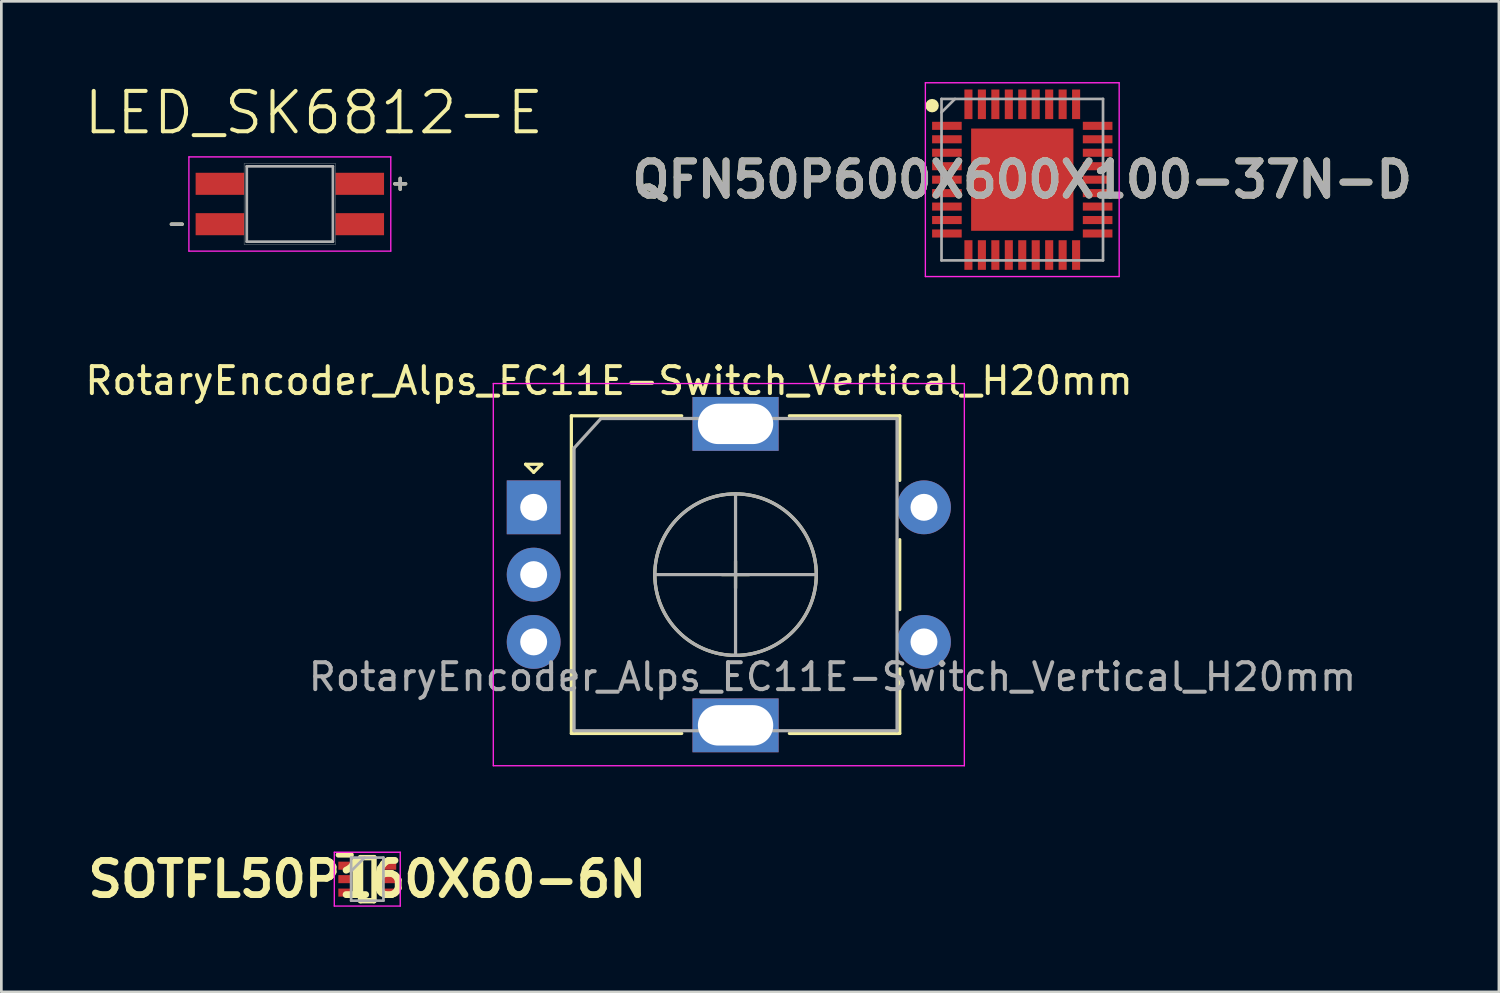
<source format=kicad_pcb>
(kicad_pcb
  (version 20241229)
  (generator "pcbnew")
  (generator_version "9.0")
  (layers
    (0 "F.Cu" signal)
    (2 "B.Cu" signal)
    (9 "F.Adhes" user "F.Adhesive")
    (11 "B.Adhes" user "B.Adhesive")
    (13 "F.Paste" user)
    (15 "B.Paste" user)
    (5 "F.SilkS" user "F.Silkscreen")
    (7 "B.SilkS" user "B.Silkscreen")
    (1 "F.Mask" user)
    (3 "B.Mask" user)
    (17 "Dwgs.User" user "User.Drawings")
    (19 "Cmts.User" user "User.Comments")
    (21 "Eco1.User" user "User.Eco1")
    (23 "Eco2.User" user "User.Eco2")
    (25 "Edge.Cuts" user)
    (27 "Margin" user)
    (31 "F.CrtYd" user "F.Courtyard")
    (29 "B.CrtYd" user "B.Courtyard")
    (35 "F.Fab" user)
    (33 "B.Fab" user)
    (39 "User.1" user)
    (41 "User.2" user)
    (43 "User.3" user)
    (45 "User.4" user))
  (footprint "LED_SK6812-E"
    (layer "F.Cu")
    (at 7.718 4.529)
    (property "Reference" "LED_SK6812-E" (at 0.892 -3.388 0) (layer "F.SilkS") (effects (font (size 1.5 1.5) (thickness 0.15))))
    (attr smd)
    (fp_line (start -4 0.75) (end -4.4 0.75) (stroke (width 0.127) (type solid)) (layer "F.SilkS"))
    (fp_line (start 3.9 -0.75) (end 4.3 -0.75) (stroke (width 0.127) (type solid)) (layer "F.SilkS"))
    (fp_line (start 4.1 -0.95) (end 4.1 -0.55) (stroke (width 0.127) (type solid)) (layer "F.SilkS"))
    (fp_line (start -1.7 -1.5) (end 1.7 -1.5) (stroke (width 0.01) (type solid)) (layer "Edge.Cuts"))
    (fp_line (start -1.7 1.5) (end -1.7 -1.5) (stroke (width 0.01) (type solid)) (layer "Edge.Cuts"))
    (fp_line (start 1.7 -1.5) (end 1.7 1.5) (stroke (width 0.01) (type solid)) (layer "Edge.Cuts"))
    (fp_line (start 1.7 1.5) (end -1.7 1.5) (stroke (width 0.01) (type solid)) (layer "Edge.Cuts"))
    (fp_line (start -3.75 -1.75) (end -3.75 1.75) (stroke (width 0.05) (type solid)) (layer "F.CrtYd"))
    (fp_line (start -3.75 1.75) (end 3.75 1.75) (stroke (width 0.05) (type solid)) (layer "F.CrtYd"))
    (fp_line (start 3.75 -1.75) (end -3.75 -1.75) (stroke (width 0.05) (type solid)) (layer "F.CrtYd"))
    (fp_line (start 3.75 1.75) (end 3.75 -1.75) (stroke (width 0.05) (type solid)) (layer "F.CrtYd"))
    (fp_line (start -4 0.75) (end -4.4 0.75) (stroke (width 0.127) (type solid)) (layer "F.Fab"))
    (fp_line (start -1.6 -1.4) (end -1.6 1.4) (stroke (width 0.1) (type solid)) (layer "F.Fab"))
    (fp_line (start -1.6 1.4) (end 1.6 1.4) (stroke (width 0.1) (type solid)) (layer "F.Fab"))
    (fp_line (start 1.6 -1.4) (end -1.6 -1.4) (stroke (width 0.1) (type solid)) (layer "F.Fab"))
    (fp_line (start 1.6 1.4) (end 1.6 -1.4) (stroke (width 0.1) (type solid)) (layer "F.Fab"))
    (fp_line (start 3.9 -0.75) (end 4.3 -0.75) (stroke (width 0.127) (type solid)) (layer "F.Fab"))
    (fp_line (start 4.1 -0.95) (end 4.1 -0.55) (stroke (width 0.127) (type solid)) (layer "F.Fab"))
    (pad "1" smd rect (at 2.6 -0.75) (size 1.8 0.82) (layers "F.Cu" "F.Mask" "F.Paste"))
    (pad "2" smd rect (at 2.6 0.75) (size 1.8 0.82) (layers "F.Cu" "F.Mask" "F.Paste"))
    (pad "3" smd rect (at -2.6 0.75) (size 1.8 0.82) (layers "F.Cu" "F.Mask" "F.Paste"))
    (pad "4" smd rect (at -2.6 -0.75) (size 1.8 0.82) (layers "F.Cu" "F.Mask" "F.Paste")))
  (footprint "QFN50P600X600X100-37N-D"
    (layer "F.Cu")
    (at 34.929 3.625)
    (property "Reference" "QFN50P600X600X100-37N-D" (at 0 0 0) (layer "F.SilkS") (effects (font (size 1.27 1.27) (thickness 0.254))))
    (attr smd)
    (fp_circle (center -3.35 -2.75) (end -3.35 -2.625) (stroke (width 0.25) (type solid)) (fill no) (layer "F.SilkS"))
    (fp_line (start -3.6 -3.6) (end 3.6 -3.6) (stroke (width 0.05) (type solid)) (layer "F.CrtYd"))
    (fp_line (start -3.6 3.6) (end -3.6 -3.6) (stroke (width 0.05) (type solid)) (layer "F.CrtYd"))
    (fp_line (start 3.6 -3.6) (end 3.6 3.6) (stroke (width 0.05) (type solid)) (layer "F.CrtYd"))
    (fp_line (start 3.6 3.6) (end -3.6 3.6) (stroke (width 0.05) (type solid)) (layer "F.CrtYd"))
    (fp_line (start -3 -3) (end 3 -3) (stroke (width 0.1) (type solid)) (layer "F.Fab"))
    (fp_line (start -3 -2.5) (end -2.5 -3) (stroke (width 0.1) (type solid)) (layer "F.Fab"))
    (fp_line (start -3 3) (end -3 -3) (stroke (width 0.1) (type solid)) (layer "F.Fab"))
    (fp_line (start 3 -3) (end 3 3) (stroke (width 0.1) (type solid)) (layer "F.Fab"))
    (fp_line (start 3 3) (end -3 3) (stroke (width 0.1) (type solid)) (layer "F.Fab"))
    (fp_text user "${REFERENCE}" (at 0 0 0) (layer "F.Fab") (effects (font (size 1.27 1.27) (thickness 0.254))))
    (pad "1" smd rect (at -2.8 -2 90) (size 0.3 1.1) (layers "F.Cu" "F.Mask" "F.Paste"))
    (pad "2" smd rect (at -2.8 -1.5 90) (size 0.3 1.1) (layers "F.Cu" "F.Mask" "F.Paste"))
    (pad "3" smd rect (at -2.8 -1 90) (size 0.3 1.1) (layers "F.Cu" "F.Mask" "F.Paste"))
    (pad "4" smd rect (at -2.8 -0.5 90) (size 0.3 1.1) (layers "F.Cu" "F.Mask" "F.Paste"))
    (pad "5" smd rect (at -2.8 0 90) (size 0.3 1.1) (layers "F.Cu" "F.Mask" "F.Paste"))
    (pad "6" smd rect (at -2.8 0.5 90) (size 0.3 1.1) (layers "F.Cu" "F.Mask" "F.Paste"))
    (pad "7" smd rect (at -2.8 1 90) (size 0.3 1.1) (layers "F.Cu" "F.Mask" "F.Paste"))
    (pad "8" smd rect (at -2.8 1.5 90) (size 0.3 1.1) (layers "F.Cu" "F.Mask" "F.Paste"))
    (pad "9" smd rect (at -2.8 2 90) (size 0.3 1.1) (layers "F.Cu" "F.Mask" "F.Paste"))
    (pad "10" smd rect (at -2 2.8) (size 0.3 1.1) (layers "F.Cu" "F.Mask" "F.Paste"))
    (pad "11" smd rect (at -1.5 2.8) (size 0.3 1.1) (layers "F.Cu" "F.Mask" "F.Paste"))
    (pad "12" smd rect (at -1 2.8) (size 0.3 1.1) (layers "F.Cu" "F.Mask" "F.Paste"))
    (pad "13" smd rect (at -0.5 2.8) (size 0.3 1.1) (layers "F.Cu" "F.Mask" "F.Paste"))
    (pad "14" smd rect (at 0 2.8) (size 0.3 1.1) (layers "F.Cu" "F.Mask" "F.Paste"))
    (pad "15" smd rect (at 0.5 2.8) (size 0.3 1.1) (layers "F.Cu" "F.Mask" "F.Paste"))
    (pad "16" smd rect (at 1 2.8) (size 0.3 1.1) (layers "F.Cu" "F.Mask" "F.Paste"))
    (pad "17" smd rect (at 1.5 2.8) (size 0.3 1.1) (layers "F.Cu" "F.Mask" "F.Paste"))
    (pad "18" smd rect (at 2 2.8) (size 0.3 1.1) (layers "F.Cu" "F.Mask" "F.Paste"))
    (pad "19" smd rect (at 2.8 2 90) (size 0.3 1.1) (layers "F.Cu" "F.Mask" "F.Paste"))
    (pad "20" smd rect (at 2.8 1.5 90) (size 0.3 1.1) (layers "F.Cu" "F.Mask" "F.Paste"))
    (pad "21" smd rect (at 2.8 1 90) (size 0.3 1.1) (layers "F.Cu" "F.Mask" "F.Paste"))
    (pad "22" smd rect (at 2.8 0.5 90) (size 0.3 1.1) (layers "F.Cu" "F.Mask" "F.Paste"))
    (pad "23" smd rect (at 2.8 0 90) (size 0.3 1.1) (layers "F.Cu" "F.Mask" "F.Paste"))
    (pad "24" smd rect (at 2.8 -0.5 90) (size 0.3 1.1) (layers "F.Cu" "F.Mask" "F.Paste"))
    (pad "25" smd rect (at 2.8 -1 90) (size 0.3 1.1) (layers "F.Cu" "F.Mask" "F.Paste"))
    (pad "26" smd rect (at 2.8 -1.5 90) (size 0.3 1.1) (layers "F.Cu" "F.Mask" "F.Paste"))
    (pad "27" smd rect (at 2.8 -2 90) (size 0.3 1.1) (layers "F.Cu" "F.Mask" "F.Paste"))
    (pad "28" smd rect (at 2 -2.8) (size 0.3 1.1) (layers "F.Cu" "F.Mask" "F.Paste"))
    (pad "29" smd rect (at 1.5 -2.8) (size 0.3 1.1) (layers "F.Cu" "F.Mask" "F.Paste"))
    (pad "30" smd rect (at 1 -2.8) (size 0.3 1.1) (layers "F.Cu" "F.Mask" "F.Paste"))
    (pad "31" smd rect (at 0.5 -2.8) (size 0.3 1.1) (layers "F.Cu" "F.Mask" "F.Paste"))
    (pad "32" smd rect (at 0 -2.8) (size 0.3 1.1) (layers "F.Cu" "F.Mask" "F.Paste"))
    (pad "33" smd rect (at -0.5 -2.8) (size 0.3 1.1) (layers "F.Cu" "F.Mask" "F.Paste"))
    (pad "34" smd rect (at -1 -2.8) (size 0.3 1.1) (layers "F.Cu" "F.Mask" "F.Paste"))
    (pad "35" smd rect (at -1.5 -2.8) (size 0.3 1.1) (layers "F.Cu" "F.Mask" "F.Paste"))
    (pad "36" smd rect (at -2 -2.8) (size 0.3 1.1) (layers "F.Cu" "F.Mask" "F.Paste"))
    (pad "37" smd rect (at 0 0) (size 3.8 3.8) (layers "F.Cu" "F.Mask" "F.Paste")))
  (footprint "RotaryEncoder_Alps_EC11E-Switch_Vertical_H20mm"
    (layer "F.Cu")
    (at 16.777 15.798)
    (property "Reference" "RotaryEncoder_Alps_EC11E-Switch_Vertical_H20mm" (at 2.8 -4.7 0) (layer "F.SilkS") (effects (font (size 1 1) (thickness 0.15))))
    (attr through_hole)
    (fp_line (start -0.3 -1.6) (end 0.3 -1.6) (stroke (width 0.12) (type solid)) (layer "F.SilkS"))
    (fp_line (start 0 -1.3) (end -0.3 -1.6) (stroke (width 0.12) (type solid)) (layer "F.SilkS"))
    (fp_line (start 0.3 -1.6) (end 0 -1.3) (stroke (width 0.12) (type solid)) (layer "F.SilkS"))
    (fp_line (start 1.4 -3.4) (end 1.4 8.4) (stroke (width 0.12) (type solid)) (layer "F.SilkS"))
    (fp_line (start 5.5 -3.4) (end 1.4 -3.4) (stroke (width 0.12) (type solid)) (layer "F.SilkS"))
    (fp_line (start 5.5 8.4) (end 1.4 8.4) (stroke (width 0.12) (type solid)) (layer "F.SilkS"))
    (fp_line (start 7 2.5) (end 8 2.5) (stroke (width 0.12) (type solid)) (layer "F.SilkS"))
    (fp_line (start 7.5 2) (end 7.5 3) (stroke (width 0.12) (type solid)) (layer "F.SilkS"))
    (fp_line (start 9.5 -3.4) (end 13.6 -3.4) (stroke (width 0.12) (type solid)) (layer "F.SilkS"))
    (fp_line (start 13.6 -3.4) (end 13.6 -1) (stroke (width 0.12) (type solid)) (layer "F.SilkS"))
    (fp_line (start 13.6 1.2) (end 13.6 3.8) (stroke (width 0.12) (type solid)) (layer "F.SilkS"))
    (fp_line (start 13.6 6) (end 13.6 8.4) (stroke (width 0.12) (type solid)) (layer "F.SilkS"))
    (fp_line (start 13.6 8.4) (end 9.5 8.4) (stroke (width 0.12) (type solid)) (layer "F.SilkS"))
    (fp_circle (center 7.5 2.5) (end 10.5 2.5) (stroke (width 0.12) (type solid)) (fill no) (layer "F.SilkS"))
    (fp_line (start -1.5 -4.6) (end -1.5 9.6) (stroke (width 0.05) (type solid)) (layer "F.CrtYd"))
    (fp_line (start -1.5 -4.6) (end 16 -4.6) (stroke (width 0.05) (type solid)) (layer "F.CrtYd"))
    (fp_line (start 16 9.6) (end -1.5 9.6) (stroke (width 0.05) (type solid)) (layer "F.CrtYd"))
    (fp_line (start 16 9.6) (end 16 -4.6) (stroke (width 0.05) (type solid)) (layer "F.CrtYd"))
    (fp_line (start 1.5 -2.2) (end 2.5 -3.3) (stroke (width 0.12) (type solid)) (layer "F.Fab"))
    (fp_line (start 1.5 8.3) (end 1.5 -2.2) (stroke (width 0.12) (type solid)) (layer "F.Fab"))
    (fp_line (start 2.5 -3.3) (end 13.5 -3.3) (stroke (width 0.12) (type solid)) (layer "F.Fab"))
    (fp_line (start 4.5 2.5) (end 10.5 2.5) (stroke (width 0.12) (type solid)) (layer "F.Fab"))
    (fp_line (start 7.5 -0.5) (end 7.5 5.5) (stroke (width 0.12) (type solid)) (layer "F.Fab"))
    (fp_line (start 13.5 -3.3) (end 13.5 8.3) (stroke (width 0.12) (type solid)) (layer "F.Fab"))
    (fp_line (start 13.5 8.3) (end 1.5 8.3) (stroke (width 0.12) (type solid)) (layer "F.Fab"))
    (fp_circle (center 7.5 2.5) (end 10.5 2.5) (stroke (width 0.12) (type solid)) (fill no) (layer "F.Fab"))
    (fp_text user "${REFERENCE}" (at 11.1 6.3 0) (layer "F.Fab") (effects (font (size 1 1) (thickness 0.15))))
    (pad "A" thru_hole rect (at 0 0) (size 2 2) (drill 1) (layers "*.Cu" "*.Mask"))
    (pad "B" thru_hole circle (at 0 5) (size 2 2) (drill 1) (layers "*.Cu" "*.Mask"))
    (pad "C" thru_hole circle (at 0 2.5) (size 2 2) (drill 1) (layers "*.Cu" "*.Mask"))
    (pad "S1" thru_hole circle (at 14.5 5) (size 2 2) (drill 1) (layers "*.Cu" "*.Mask"))
    (pad "S2" thru_hole rect (at 7.5 -3.1) (size 3.2 2) (drill oval 2.8 1.5) (layers "*.Cu" "*.Mask"))
    (pad "S2" thru_hole rect (at 7.5 8.1) (size 3.2 2) (drill oval 2.8 1.5) (layers "*.Cu" "*.Mask"))
    (pad "S2" thru_hole circle (at 14.5 0) (size 2 2) (drill 1) (layers "*.Cu" "*.Mask")))
  (footprint "SOTFL50P160X60-6N"
    (layer "F.Cu")
    (at 10.595 29.612)
    (property "Reference" "SOTFL50P160X60-6N" (at 0 0 0) (layer "F.SilkS") (effects (font (size 1.27 1.27) (thickness 0.254))))
    (attr smd)
    (fp_line (start -1.075 -0.9) (end -0.6 -0.9) (stroke (width 0.2) (type solid)) (layer "F.SilkS"))
    (fp_line (start -0.25 -0.8) (end 0.25 -0.8) (stroke (width 0.2) (type solid)) (layer "F.SilkS"))
    (fp_line (start -0.25 0.8) (end -0.25 -0.8) (stroke (width 0.2) (type solid)) (layer "F.SilkS"))
    (fp_line (start 0.25 -0.8) (end 0.25 0.8) (stroke (width 0.2) (type solid)) (layer "F.SilkS"))
    (fp_line (start 0.25 0.8) (end -0.25 0.8) (stroke (width 0.2) (type solid)) (layer "F.SilkS"))
    (fp_line (start -1.225 -1) (end 1.225 -1) (stroke (width 0.05) (type solid)) (layer "F.CrtYd"))
    (fp_line (start -1.225 1) (end -1.225 -1) (stroke (width 0.05) (type solid)) (layer "F.CrtYd"))
    (fp_line (start 1.225 -1) (end 1.225 1) (stroke (width 0.05) (type solid)) (layer "F.CrtYd"))
    (fp_line (start 1.225 1) (end -1.225 1) (stroke (width 0.05) (type solid)) (layer "F.CrtYd"))
    (fp_line (start -0.6 -0.8) (end 0.6 -0.8) (stroke (width 0.1) (type solid)) (layer "F.Fab"))
    (fp_line (start -0.6 -0.3) (end -0.1 -0.8) (stroke (width 0.1) (type solid)) (layer "F.Fab"))
    (fp_line (start -0.6 0.8) (end -0.6 -0.8) (stroke (width 0.1) (type solid)) (layer "F.Fab"))
    (fp_line (start 0.6 -0.8) (end 0.6 0.8) (stroke (width 0.1) (type solid)) (layer "F.Fab"))
    (fp_line (start 0.6 0.8) (end -0.6 0.8) (stroke (width 0.1) (type solid)) (layer "F.Fab"))
    (pad "1" smd rect (at -0.838 -0.5 90) (size 0.3 0.475) (layers "F.Cu" "F.Mask" "F.Paste"))
    (pad "2" smd rect (at -0.838 0 90) (size 0.3 0.475) (layers "F.Cu" "F.Mask" "F.Paste"))
    (pad "3" smd rect (at -0.838 0.5 90) (size 0.3 0.475) (layers "F.Cu" "F.Mask" "F.Paste"))
    (pad "4" smd rect (at 0.838 0.5 90) (size 0.3 0.475) (layers "F.Cu" "F.Mask" "F.Paste"))
    (pad "5" smd rect (at 0.838 0 90) (size 0.3 0.475) (layers "F.Cu" "F.Mask" "F.Paste"))
    (pad "6" smd rect (at 0.838 -0.5 90) (size 0.3 0.475) (layers "F.Cu" "F.Mask" "F.Paste")))
  (gr_rect
    (start -3 -3)
    (end 52.637 33.801)
    (stroke (width 0.1) (type default))
    (fill no)
    (layer "Edge.Cuts")))
</source>
